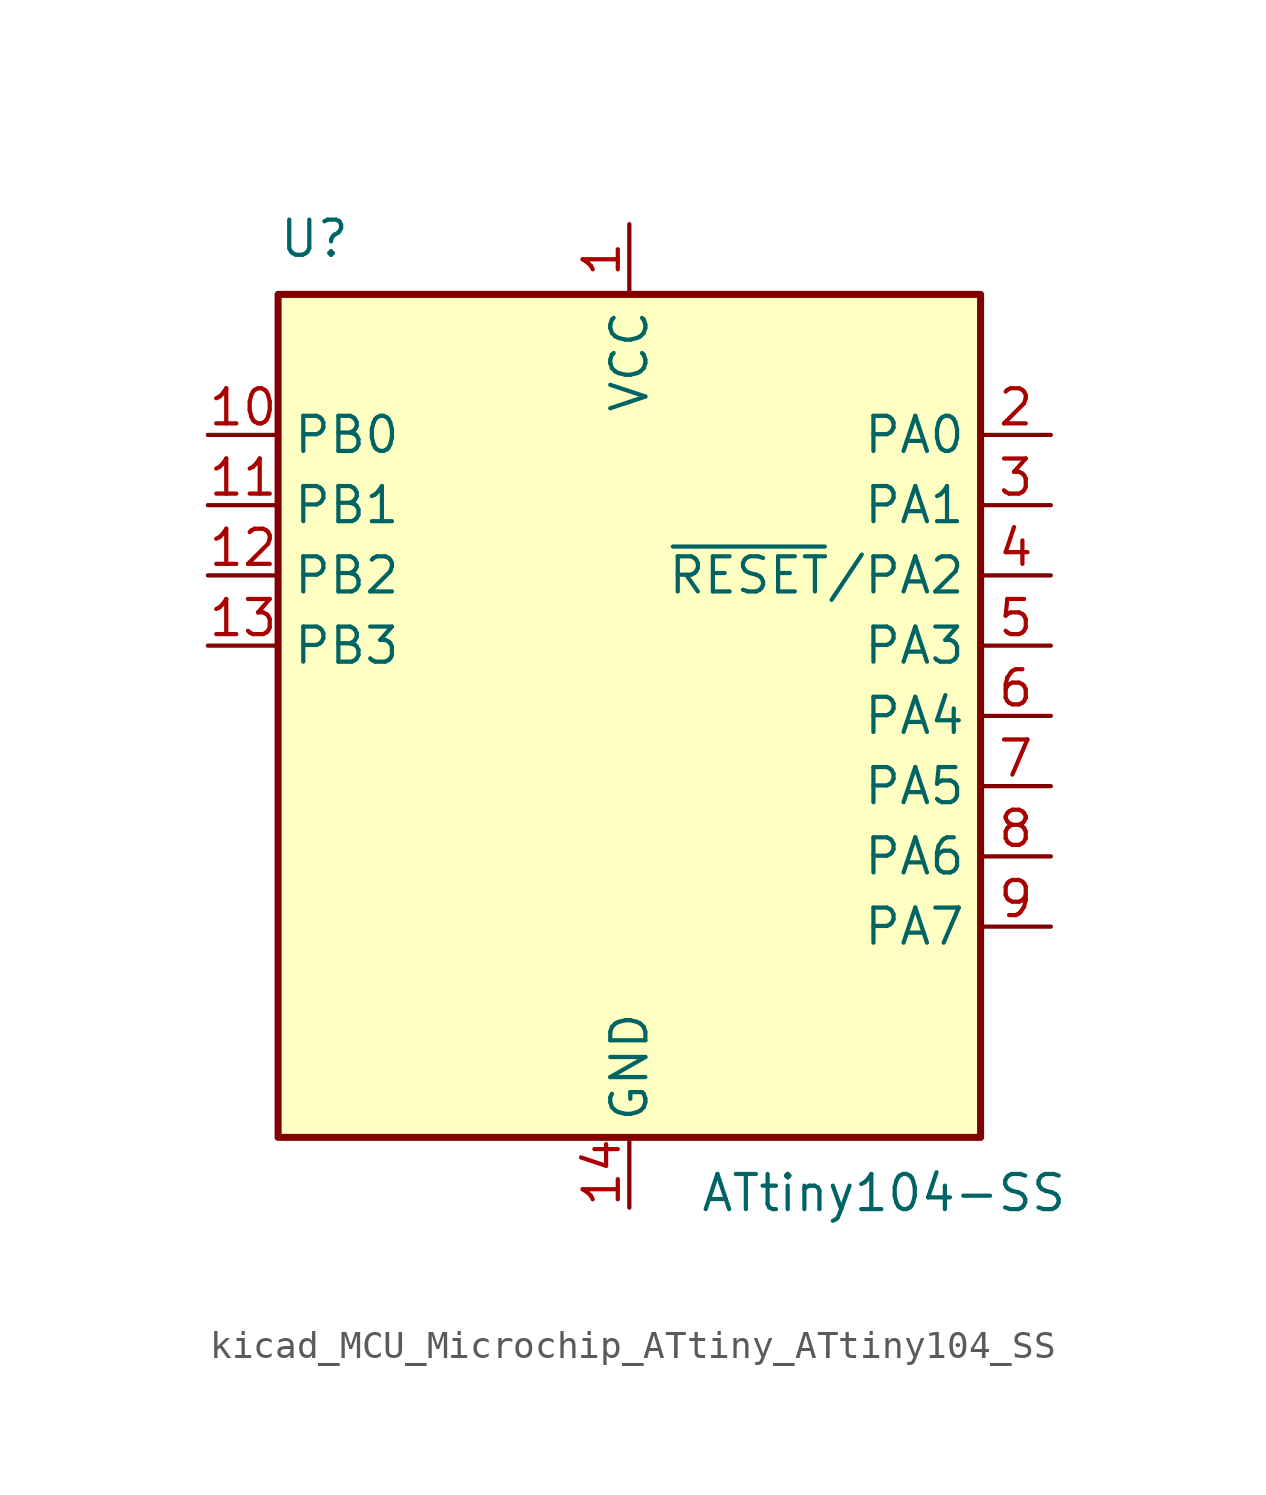
<source format=kicad_sym>
(kicad_symbol_lib
  (version 20220914)
  (generator kicad_symbol_editor)
  (symbol "kicad_MCU_Microchip_ATtiny_ATtiny104_SS"
    (property "Reference" "U"
      (at -12.7 16.51 0)
      (effects (font (size 1.27 1.27)) (justify left bottom)))
    (property "Value" "ATtiny104-SS"
      (at 2.54 -16.51 0)
      (effects (font (size 1.27 1.27)) (justify left top)))
    (symbol "kicad_MCU_Microchip_ATtiny_ATtiny104_SS_0_1"
      (rectangle (start -12.7 -15.24) (end 12.7 15.24) (stroke (width 0.254) (type default)) (fill (type background))))
    (symbol "kicad_MCU_Microchip_ATtiny_ATtiny104_SS_1_1"
      (pin power_in line (at 0 17.78 270) (length 2.54) (name "VCC" (effects (font (size 1.27 1.27)))) (number "1" (effects (font (size 1.27 1.27)))))
      (pin bidirectional line (at -15.24 10.16 0) (length 2.54) (name "PB0" (effects (font (size 1.27 1.27)))) (number "10" (effects (font (size 1.27 1.27)))))
      (pin bidirectional line (at -15.24 7.62 0) (length 2.54) (name "PB1" (effects (font (size 1.27 1.27)))) (number "11" (effects (font (size 1.27 1.27)))))
      (pin bidirectional line (at -15.24 5.08 0) (length 2.54) (name "PB2" (effects (font (size 1.27 1.27)))) (number "12" (effects (font (size 1.27 1.27)))))
      (pin bidirectional line (at -15.24 2.54 0) (length 2.54) (name "PB3" (effects (font (size 1.27 1.27)))) (number "13" (effects (font (size 1.27 1.27)))))
      (pin power_in line (at 0 -17.78 90) (length 2.54) (name "GND" (effects (font (size 1.27 1.27)))) (number "14" (effects (font (size 1.27 1.27)))))
      (pin bidirectional line (at 15.24 10.16 180) (length 2.54) (name "PA0" (effects (font (size 1.27 1.27)))) (number "2" (effects (font (size 1.27 1.27)))))
      (pin bidirectional line (at 15.24 7.62 180) (length 2.54) (name "PA1" (effects (font (size 1.27 1.27)))) (number "3" (effects (font (size 1.27 1.27)))))
      (pin bidirectional line (at 15.24 5.08 180) (length 2.54) (name "~{RESET}/PA2" (effects (font (size 1.27 1.27)))) (number "4" (effects (font (size 1.27 1.27)))))
      (pin bidirectional line (at 15.24 2.54 180) (length 2.54) (name "PA3" (effects (font (size 1.27 1.27)))) (number "5" (effects (font (size 1.27 1.27)))))
      (pin bidirectional line (at 15.24 0 180) (length 2.54) (name "PA4" (effects (font (size 1.27 1.27)))) (number "6" (effects (font (size 1.27 1.27)))))
      (pin bidirectional line (at 15.24 -2.54 180) (length 2.54) (name "PA5" (effects (font (size 1.27 1.27)))) (number "7" (effects (font (size 1.27 1.27)))))
      (pin bidirectional line (at 15.24 -5.08 180) (length 2.54) (name "PA6" (effects (font (size 1.27 1.27)))) (number "8" (effects (font (size 1.27 1.27)))))
      (pin bidirectional line (at 15.24 -7.62 180) (length 2.54) (name "PA7" (effects (font (size 1.27 1.27)))) (number "9" (effects (font (size 1.27 1.27))))))))
</source>
